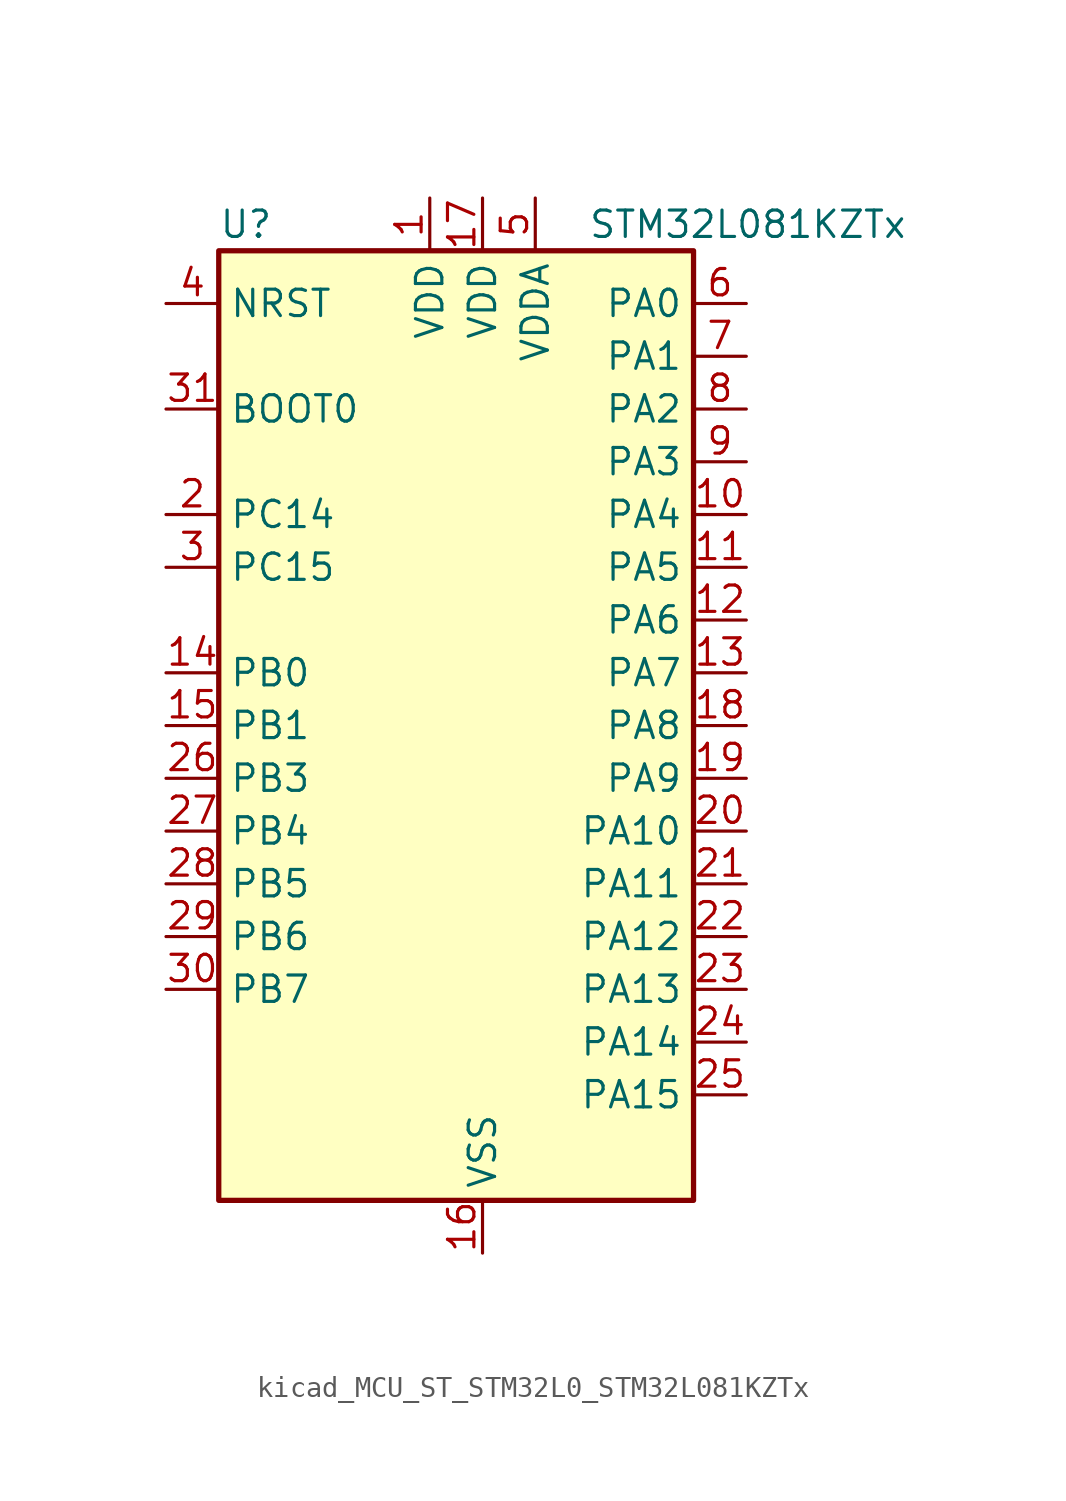
<source format=kicad_sym>
(kicad_symbol_lib
  (version 20220914)
  (generator kicad_symbol_editor)
  (symbol "kicad_MCU_ST_STM32L0_STM32L081KZTx"
    (property "Reference" "U"
      (at -10.16 24.13 0)
      (effects (font (size 1.27 1.27)) (justify left)))
    (property "Value" "STM32L081KZTx"
      (at 7.62 24.13 0)
      (effects (font (size 1.27 1.27)) (justify left)))
    (property "ki_locked" ""
      (at 0 0 0)
      (effects (font (size 1.27 1.27))))
    (symbol "kicad_MCU_ST_STM32L0_STM32L081KZTx_0_1"
      (rectangle (start -10.16 -22.86) (end 12.7 22.86) (stroke (width 0.254) (type default)) (fill (type background))))
    (symbol "kicad_MCU_ST_STM32L0_STM32L081KZTx_1_1"
      (pin power_in line (at 0 25.4 270) (length 2.54) (name "VDD" (effects (font (size 1.27 1.27)))) (number "1" (effects (font (size 1.27 1.27)))))
      (pin bidirectional line (at 15.24 10.16 180) (length 2.54) (name "PA4" (effects (font (size 1.27 1.27)))) (number "10" (effects (font (size 1.27 1.27)))) (alternate "ADC_IN4" bidirectional line) (alternate "COMP1_INM" bidirectional line) (alternate "COMP2_INM" bidirectional line) (alternate "SPI1_NSS" bidirectional line) (alternate "TIM22_ETR" bidirectional line) (alternate "USART2_CK" bidirectional line))
      (pin bidirectional line (at 15.24 7.62 180) (length 2.54) (name "PA5" (effects (font (size 1.27 1.27)))) (number "11" (effects (font (size 1.27 1.27)))) (alternate "ADC_IN5" bidirectional line) (alternate "COMP1_INM" bidirectional line) (alternate "COMP2_INM" bidirectional line) (alternate "SPI1_SCK" bidirectional line) (alternate "TIM2_CH1" bidirectional line) (alternate "TIM2_ETR" bidirectional line))
      (pin bidirectional line (at 15.24 5.08 180) (length 2.54) (name "PA6" (effects (font (size 1.27 1.27)))) (number "12" (effects (font (size 1.27 1.27)))) (alternate "ADC_IN6" bidirectional line) (alternate "COMP1_OUT" bidirectional line) (alternate "LPUART1_CTS" bidirectional line) (alternate "SPI1_MISO" bidirectional line) (alternate "TIM22_CH1" bidirectional line) (alternate "TIM3_CH1" bidirectional line))
      (pin bidirectional line (at 15.24 2.54 180) (length 2.54) (name "PA7" (effects (font (size 1.27 1.27)))) (number "13" (effects (font (size 1.27 1.27)))) (alternate "ADC_IN7" bidirectional line) (alternate "COMP2_OUT" bidirectional line) (alternate "SPI1_MOSI" bidirectional line) (alternate "TIM22_CH2" bidirectional line) (alternate "TIM3_CH2" bidirectional line))
      (pin bidirectional line (at -12.7 2.54 0) (length 2.54) (name "PB0" (effects (font (size 1.27 1.27)))) (number "14" (effects (font (size 1.27 1.27)))) (alternate "ADC_IN8" bidirectional line) (alternate "SYS_VREF_OUT_PB0" bidirectional line) (alternate "TIM3_CH3" bidirectional line))
      (pin bidirectional line (at -12.7 0 0) (length 2.54) (name "PB1" (effects (font (size 1.27 1.27)))) (number "15" (effects (font (size 1.27 1.27)))) (alternate "ADC_IN9" bidirectional line) (alternate "LPUART1_DE" bidirectional line) (alternate "LPUART1_RTS" bidirectional line) (alternate "SYS_VREF_OUT_PB1" bidirectional line) (alternate "TIM3_CH4" bidirectional line))
      (pin power_in line (at 2.54 -25.4 90) (length 2.54) (name "VSS" (effects (font (size 1.27 1.27)))) (number "16" (effects (font (size 1.27 1.27)))))
      (pin power_in line (at 2.54 25.4 270) (length 2.54) (name "VDD" (effects (font (size 1.27 1.27)))) (number "17" (effects (font (size 1.27 1.27)))))
      (pin bidirectional line (at 15.24 0 180) (length 2.54) (name "PA8" (effects (font (size 1.27 1.27)))) (number "18" (effects (font (size 1.27 1.27)))) (alternate "I2C3_SCL" bidirectional line) (alternate "RCC_MCO" bidirectional line) (alternate "USART1_CK" bidirectional line))
      (pin bidirectional line (at 15.24 -2.54 180) (length 2.54) (name "PA9" (effects (font (size 1.27 1.27)))) (number "19" (effects (font (size 1.27 1.27)))) (alternate "I2C1_SCL" bidirectional line) (alternate "I2C3_SMBA" bidirectional line) (alternate "RCC_MCO" bidirectional line) (alternate "USART1_TX" bidirectional line))
      (pin bidirectional line (at -12.7 10.16 0) (length 2.54) (name "PC14" (effects (font (size 1.27 1.27)))) (number "2" (effects (font (size 1.27 1.27)))) (alternate "RCC_OSC32_IN" bidirectional line))
      (pin bidirectional line (at 15.24 -5.08 180) (length 2.54) (name "PA10" (effects (font (size 1.27 1.27)))) (number "20" (effects (font (size 1.27 1.27)))) (alternate "I2C1_SDA" bidirectional line) (alternate "USART1_RX" bidirectional line))
      (pin bidirectional line (at 15.24 -7.62 180) (length 2.54) (name "PA11" (effects (font (size 1.27 1.27)))) (number "21" (effects (font (size 1.27 1.27)))) (alternate "ADC_EXTI11" bidirectional line) (alternate "COMP1_OUT" bidirectional line) (alternate "SPI1_MISO" bidirectional line) (alternate "USART1_CTS" bidirectional line))
      (pin bidirectional line (at 15.24 -10.16 180) (length 2.54) (name "PA12" (effects (font (size 1.27 1.27)))) (number "22" (effects (font (size 1.27 1.27)))) (alternate "COMP2_OUT" bidirectional line) (alternate "SPI1_MOSI" bidirectional line) (alternate "USART1_DE" bidirectional line) (alternate "USART1_RTS" bidirectional line))
      (pin bidirectional line (at 15.24 -12.7 180) (length 2.54) (name "PA13" (effects (font (size 1.27 1.27)))) (number "23" (effects (font (size 1.27 1.27)))) (alternate "LPUART1_RX" bidirectional line) (alternate "SYS_SWDIO" bidirectional line))
      (pin bidirectional line (at 15.24 -15.24 180) (length 2.54) (name "PA14" (effects (font (size 1.27 1.27)))) (number "24" (effects (font (size 1.27 1.27)))) (alternate "LPUART1_TX" bidirectional line) (alternate "SYS_SWCLK" bidirectional line) (alternate "USART2_TX" bidirectional line))
      (pin bidirectional line (at 15.24 -17.78 180) (length 2.54) (name "PA15" (effects (font (size 1.27 1.27)))) (number "25" (effects (font (size 1.27 1.27)))) (alternate "SPI1_NSS" bidirectional line) (alternate "TIM2_CH1" bidirectional line) (alternate "TIM2_ETR" bidirectional line) (alternate "USART2_RX" bidirectional line) (alternate "USART4_DE" bidirectional line) (alternate "USART4_RTS" bidirectional line))
      (pin bidirectional line (at -12.7 -2.54 0) (length 2.54) (name "PB3" (effects (font (size 1.27 1.27)))) (number "26" (effects (font (size 1.27 1.27)))) (alternate "COMP2_INM" bidirectional line) (alternate "SPI1_SCK" bidirectional line) (alternate "TIM2_CH2" bidirectional line) (alternate "USART1_DE" bidirectional line) (alternate "USART1_RTS" bidirectional line) (alternate "USART5_TX" bidirectional line))
      (pin bidirectional line (at -12.7 -5.08 0) (length 2.54) (name "PB4" (effects (font (size 1.27 1.27)))) (number "27" (effects (font (size 1.27 1.27)))) (alternate "COMP2_INP" bidirectional line) (alternate "I2C3_SDA" bidirectional line) (alternate "SPI1_MISO" bidirectional line) (alternate "TIM22_CH1" bidirectional line) (alternate "TIM3_CH1" bidirectional line) (alternate "USART1_CTS" bidirectional line) (alternate "USART5_RX" bidirectional line))
      (pin bidirectional line (at -12.7 -7.62 0) (length 2.54) (name "PB5" (effects (font (size 1.27 1.27)))) (number "28" (effects (font (size 1.27 1.27)))) (alternate "COMP2_INP" bidirectional line) (alternate "I2C1_SMBA" bidirectional line) (alternate "LPTIM1_IN1" bidirectional line) (alternate "SPI1_MOSI" bidirectional line) (alternate "TIM22_CH2" bidirectional line) (alternate "TIM3_CH2" bidirectional line) (alternate "USART1_CK" bidirectional line) (alternate "USART5_CK" bidirectional line) (alternate "USART5_DE" bidirectional line) (alternate "USART5_RTS" bidirectional line))
      (pin bidirectional line (at -12.7 -10.16 0) (length 2.54) (name "PB6" (effects (font (size 1.27 1.27)))) (number "29" (effects (font (size 1.27 1.27)))) (alternate "COMP2_INP" bidirectional line) (alternate "I2C1_SCL" bidirectional line) (alternate "LPTIM1_ETR" bidirectional line) (alternate "USART1_TX" bidirectional line))
      (pin bidirectional line (at -12.7 7.62 0) (length 2.54) (name "PC15" (effects (font (size 1.27 1.27)))) (number "3" (effects (font (size 1.27 1.27)))) (alternate "RCC_OSC32_OUT" bidirectional line))
      (pin bidirectional line (at -12.7 -12.7 0) (length 2.54) (name "PB7" (effects (font (size 1.27 1.27)))) (number "30" (effects (font (size 1.27 1.27)))) (alternate "COMP2_INP" bidirectional line) (alternate "I2C1_SDA" bidirectional line) (alternate "LPTIM1_IN2" bidirectional line) (alternate "SYS_PVD_IN" bidirectional line) (alternate "USART1_RX" bidirectional line) (alternate "USART4_CTS" bidirectional line))
      (pin input line (at -12.7 15.24 0) (length 2.54) (name "BOOT0" (effects (font (size 1.27 1.27)))) (number "31" (effects (font (size 1.27 1.27)))))
      (pin passive line (at 2.54 -25.4 90) (length 2.54) hide (name "VSS" (effects (font (size 1.27 1.27)))) (number "32" (effects (font (size 1.27 1.27)))))
      (pin input line (at -12.7 20.32 0) (length 2.54) (name "NRST" (effects (font (size 1.27 1.27)))) (number "4" (effects (font (size 1.27 1.27)))))
      (pin power_in line (at 5.08 25.4 270) (length 2.54) (name "VDDA" (effects (font (size 1.27 1.27)))) (number "5" (effects (font (size 1.27 1.27)))))
      (pin bidirectional line (at 15.24 20.32 180) (length 2.54) (name "PA0" (effects (font (size 1.27 1.27)))) (number "6" (effects (font (size 1.27 1.27)))) (alternate "ADC_IN0" bidirectional line) (alternate "COMP1_INM" bidirectional line) (alternate "COMP1_OUT" bidirectional line) (alternate "RTC_TAMP2" bidirectional line) (alternate "SYS_WKUP1" bidirectional line) (alternate "TIM2_CH1" bidirectional line) (alternate "TIM2_ETR" bidirectional line) (alternate "USART2_CTS" bidirectional line) (alternate "USART4_TX" bidirectional line))
      (pin bidirectional line (at 15.24 17.78 180) (length 2.54) (name "PA1" (effects (font (size 1.27 1.27)))) (number "7" (effects (font (size 1.27 1.27)))) (alternate "ADC_IN1" bidirectional line) (alternate "COMP1_INP" bidirectional line) (alternate "TIM21_ETR" bidirectional line) (alternate "TIM2_CH2" bidirectional line) (alternate "USART2_DE" bidirectional line) (alternate "USART2_RTS" bidirectional line) (alternate "USART4_RX" bidirectional line))
      (pin bidirectional line (at 15.24 15.24 180) (length 2.54) (name "PA2" (effects (font (size 1.27 1.27)))) (number "8" (effects (font (size 1.27 1.27)))) (alternate "ADC_IN2" bidirectional line) (alternate "COMP2_INM" bidirectional line) (alternate "COMP2_OUT" bidirectional line) (alternate "LPUART1_TX" bidirectional line) (alternate "TIM21_CH1" bidirectional line) (alternate "TIM2_CH3" bidirectional line) (alternate "USART2_TX" bidirectional line))
      (pin bidirectional line (at 15.24 12.7 180) (length 2.54) (name "PA3" (effects (font (size 1.27 1.27)))) (number "9" (effects (font (size 1.27 1.27)))) (alternate "ADC_IN3" bidirectional line) (alternate "COMP2_INP" bidirectional line) (alternate "LPUART1_RX" bidirectional line) (alternate "TIM21_CH2" bidirectional line) (alternate "TIM2_CH4" bidirectional line) (alternate "USART2_RX" bidirectional line)))))
</source>
